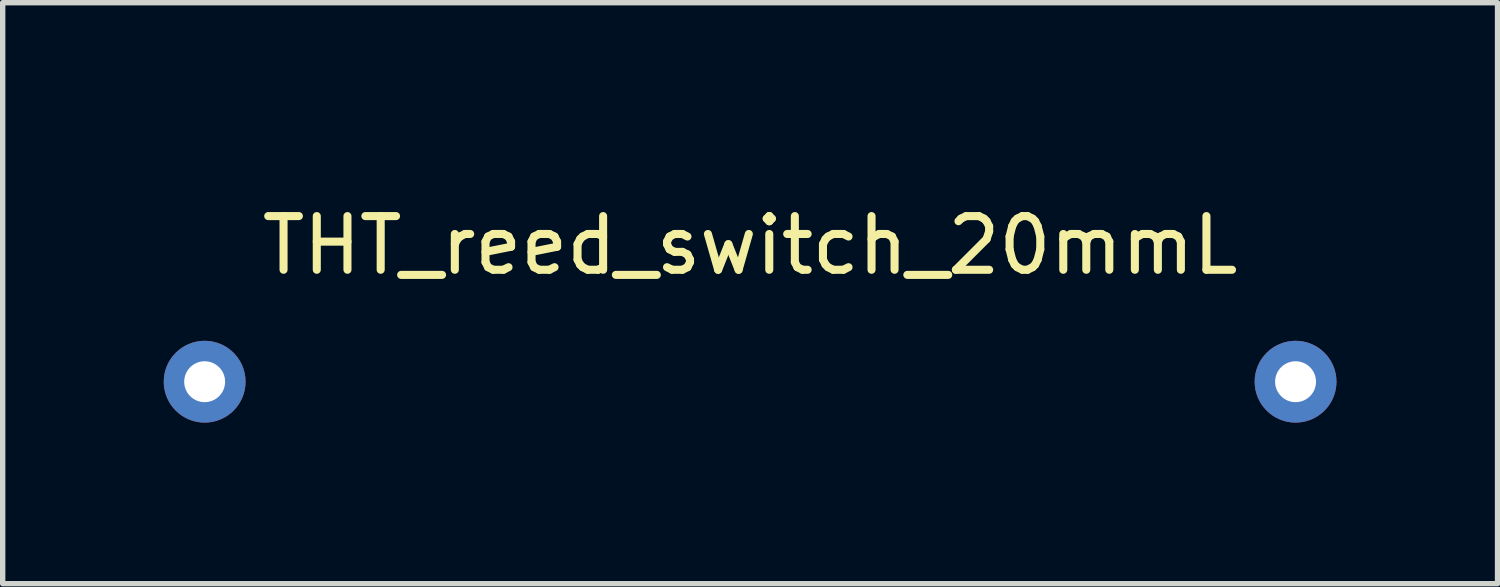
<source format=kicad_pcb>
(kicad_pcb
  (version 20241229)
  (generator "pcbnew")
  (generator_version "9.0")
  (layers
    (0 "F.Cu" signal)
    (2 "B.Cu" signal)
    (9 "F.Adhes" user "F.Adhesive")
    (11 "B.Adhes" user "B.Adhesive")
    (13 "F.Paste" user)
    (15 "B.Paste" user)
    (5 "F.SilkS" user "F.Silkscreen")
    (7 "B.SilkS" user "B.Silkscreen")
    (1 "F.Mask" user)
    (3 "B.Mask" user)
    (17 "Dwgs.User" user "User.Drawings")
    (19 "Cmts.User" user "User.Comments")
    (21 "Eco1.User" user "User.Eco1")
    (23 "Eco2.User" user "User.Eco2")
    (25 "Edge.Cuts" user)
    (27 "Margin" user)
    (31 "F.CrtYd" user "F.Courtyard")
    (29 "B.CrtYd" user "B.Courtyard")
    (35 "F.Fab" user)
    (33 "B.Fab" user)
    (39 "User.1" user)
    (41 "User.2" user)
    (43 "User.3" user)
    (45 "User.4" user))
  (footprint "THT_reed_switch_20mmL"
    (layer "F.Cu")
    (at 8.382 0.25)
    (property "Reference" "THT_reed_switch_20mmL" (at 2.54 1.27 0) (layer "F.SilkS") (effects (font (size 1 1) (thickness 0.15))))
    (attr through_hole)
    (pad "1" thru_hole circle (at -7.62 3.81) (size 1.524 1.524) (drill 0.762) (layers "*.Cu" "*.Mask"))
    (pad "2" thru_hole circle (at 12.7 3.81) (size 1.524 1.524) (drill 0.762) (layers "*.Cu" "*.Mask")))
  (gr_rect
    (start -3 -3)
    (end 24.844 7.822)
    (stroke (width 0.1) (type default))
    (fill no)
    (layer "Edge.Cuts")))
</source>
